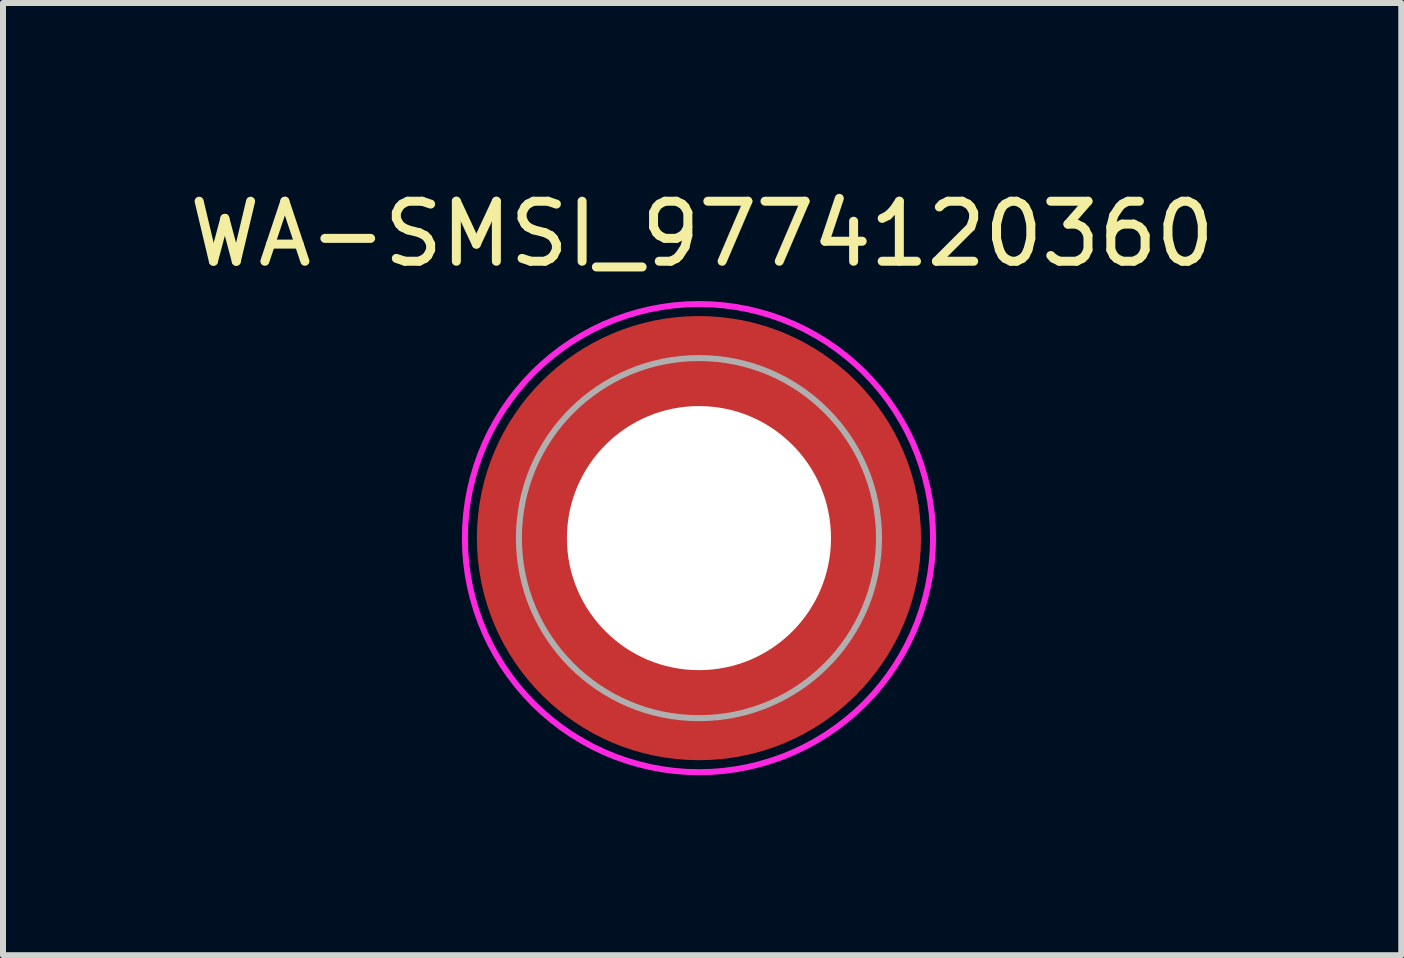
<source format=kicad_pcb>
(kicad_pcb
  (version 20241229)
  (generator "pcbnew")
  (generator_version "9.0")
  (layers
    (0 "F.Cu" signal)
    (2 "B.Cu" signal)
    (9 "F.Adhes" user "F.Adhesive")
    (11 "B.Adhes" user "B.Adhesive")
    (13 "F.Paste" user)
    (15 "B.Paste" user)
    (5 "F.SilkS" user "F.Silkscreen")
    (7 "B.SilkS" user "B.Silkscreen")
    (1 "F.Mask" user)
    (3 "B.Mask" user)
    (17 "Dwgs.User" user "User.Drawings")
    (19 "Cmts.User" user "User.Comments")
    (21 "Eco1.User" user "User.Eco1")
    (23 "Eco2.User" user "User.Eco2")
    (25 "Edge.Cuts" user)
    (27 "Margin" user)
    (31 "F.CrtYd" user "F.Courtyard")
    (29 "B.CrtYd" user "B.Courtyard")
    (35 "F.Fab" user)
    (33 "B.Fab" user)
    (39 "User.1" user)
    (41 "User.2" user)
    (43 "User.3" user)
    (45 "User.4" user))
  (footprint "WA-SMSI_9774120360"
    (layer "F.Cu")
    (at 8.596 5.916)
    (property "Reference" "WA-SMSI_9774120360" (at 0.053 -5.068 0) (layer "F.SilkS") (effects (font (size 1 1) (thickness 0.15))))
    (attr smd)
    (fp_poly (pts (xy -3.615 0.4) (xy -2.205 0.4) (xy -2.19 0.475) (xy -2.165 0.58) (xy -2.13 0.7) (xy -2.1 0.78) (xy -2.07 0.86) (xy -2.025 0.96) (xy -1.975 1.06) (xy -1.92 1.155) (xy -1.86 1.25) (xy -1.815 1.315) (xy -1.75 1.4) (xy -1.695 1.465) (xy -1.605 1.565) (xy -1.52 1.645) (xy -1.465 1.695) (xy -1.405 1.745) (xy -1.32 1.81) (xy -1.235 1.87) (xy -1.13 1.935) (xy -1.05 1.98) (xy -0.95 2.03) (xy -0.81 2.09) (xy -0.695 2.13) (xy -0.58 2.165) (xy -0.475 2.19) (xy -0.4 2.205) (xy -0.4 3.615) (xy -0.43 3.61) (xy -0.505 3.6) (xy -0.605 3.585) (xy -0.715 3.565) (xy -0.83 3.54) (xy -0.93 3.515) (xy -1.04 3.485) (xy -1.135 3.455) (xy -1.205 3.43) (xy -1.3 3.395) (xy -1.365 3.37) (xy -1.46 3.33) (xy -1.55 3.29) (xy -1.65 3.24) (xy -1.77 3.175) (xy -1.885 3.11) (xy -1.985 3.045) (xy -2.075 2.985) (xy -2.165 2.92) (xy -2.23 2.87) (xy -2.295 2.82) (xy -2.365 2.76) (xy -2.44 2.695) (xy -2.515 2.625) (xy -2.6 2.54) (xy -2.645 2.495) (xy -2.69 2.445) (xy -2.76 2.365) (xy -2.82 2.295) (xy -2.875 2.225) (xy -2.935 2.145) (xy -2.995 2.06) (xy -3.085 1.925) (xy -3.18 1.765) (xy -3.27 1.59) (xy -3.34 1.44) (xy -3.4 1.29) (xy -3.455 1.135) (xy -3.505 0.97) (xy -3.55 0.795) (xy -3.575 0.665) (xy -3.6 0.52)) (stroke (width 0.01) (type solid)) (fill yes) (layer "F.Paste"))
    (fp_poly (pts (xy -0.4 -3.615) (xy -0.4 -2.205) (xy -0.475 -2.19) (xy -0.58 -2.165) (xy -0.7 -2.13) (xy -0.78 -2.1) (xy -0.86 -2.07) (xy -0.96 -2.025) (xy -1.06 -1.975) (xy -1.155 -1.92) (xy -1.25 -1.86) (xy -1.315 -1.815) (xy -1.4 -1.75) (xy -1.465 -1.695) (xy -1.565 -1.605) (xy -1.645 -1.52) (xy -1.695 -1.465) (xy -1.745 -1.405) (xy -1.81 -1.32) (xy -1.87 -1.235) (xy -1.935 -1.13) (xy -1.98 -1.05) (xy -2.03 -0.95) (xy -2.09 -0.81) (xy -2.13 -0.695) (xy -2.165 -0.58) (xy -2.19 -0.475) (xy -2.205 -0.4) (xy -3.615 -0.4) (xy -3.61 -0.43) (xy -3.6 -0.505) (xy -3.585 -0.605) (xy -3.565 -0.715) (xy -3.54 -0.83) (xy -3.515 -0.93) (xy -3.485 -1.04) (xy -3.455 -1.135) (xy -3.43 -1.205) (xy -3.395 -1.3) (xy -3.37 -1.365) (xy -3.33 -1.46) (xy -3.29 -1.55) (xy -3.24 -1.65) (xy -3.175 -1.77) (xy -3.11 -1.885) (xy -3.045 -1.985) (xy -2.985 -2.075) (xy -2.92 -2.165) (xy -2.87 -2.23) (xy -2.82 -2.295) (xy -2.76 -2.365) (xy -2.695 -2.44) (xy -2.625 -2.515) (xy -2.54 -2.6) (xy -2.495 -2.645) (xy -2.445 -2.69) (xy -2.365 -2.76) (xy -2.295 -2.82) (xy -2.225 -2.875) (xy -2.145 -2.935) (xy -2.06 -2.995) (xy -1.925 -3.085) (xy -1.765 -3.18) (xy -1.59 -3.27) (xy -1.44 -3.34) (xy -1.29 -3.4) (xy -1.135 -3.455) (xy -0.97 -3.505) (xy -0.795 -3.55) (xy -0.665 -3.575) (xy -0.52 -3.6)) (stroke (width 0.01) (type solid)) (fill yes) (layer "F.Paste"))
    (fp_poly (pts (xy 0.4 3.615) (xy 0.4 2.205) (xy 0.475 2.19) (xy 0.58 2.165) (xy 0.7 2.13) (xy 0.78 2.1) (xy 0.86 2.07) (xy 0.96 2.025) (xy 1.06 1.975) (xy 1.155 1.92) (xy 1.25 1.86) (xy 1.315 1.815) (xy 1.4 1.75) (xy 1.465 1.695) (xy 1.565 1.605) (xy 1.645 1.52) (xy 1.695 1.465) (xy 1.745 1.405) (xy 1.81 1.32) (xy 1.87 1.235) (xy 1.935 1.13) (xy 1.98 1.05) (xy 2.03 0.95) (xy 2.09 0.81) (xy 2.13 0.695) (xy 2.165 0.58) (xy 2.19 0.475) (xy 2.205 0.4) (xy 3.615 0.4) (xy 3.61 0.43) (xy 3.6 0.505) (xy 3.585 0.605) (xy 3.565 0.715) (xy 3.54 0.83) (xy 3.515 0.93) (xy 3.485 1.04) (xy 3.455 1.135) (xy 3.43 1.205) (xy 3.395 1.3) (xy 3.37 1.365) (xy 3.33 1.46) (xy 3.29 1.55) (xy 3.24 1.65) (xy 3.175 1.77) (xy 3.11 1.885) (xy 3.045 1.985) (xy 2.985 2.075) (xy 2.92 2.165) (xy 2.87 2.23) (xy 2.82 2.295) (xy 2.76 2.365) (xy 2.695 2.44) (xy 2.625 2.515) (xy 2.54 2.6) (xy 2.495 2.645) (xy 2.445 2.69) (xy 2.365 2.76) (xy 2.295 2.82) (xy 2.225 2.875) (xy 2.145 2.935) (xy 2.06 2.995) (xy 1.925 3.085) (xy 1.765 3.18) (xy 1.59 3.27) (xy 1.44 3.34) (xy 1.29 3.4) (xy 1.135 3.455) (xy 0.97 3.505) (xy 0.795 3.55) (xy 0.665 3.575) (xy 0.52 3.6)) (stroke (width 0.01) (type solid)) (fill yes) (layer "F.Paste"))
    (fp_poly (pts (xy 3.615 -0.4) (xy 2.205 -0.4) (xy 2.19 -0.475) (xy 2.165 -0.58) (xy 2.13 -0.7) (xy 2.1 -0.78) (xy 2.07 -0.86) (xy 2.025 -0.96) (xy 1.975 -1.06) (xy 1.92 -1.155) (xy 1.86 -1.25) (xy 1.815 -1.315) (xy 1.75 -1.4) (xy 1.695 -1.465) (xy 1.605 -1.565) (xy 1.52 -1.645) (xy 1.465 -1.695) (xy 1.405 -1.745) (xy 1.32 -1.81) (xy 1.235 -1.87) (xy 1.13 -1.935) (xy 1.05 -1.98) (xy 0.95 -2.03) (xy 0.81 -2.09) (xy 0.695 -2.13) (xy 0.58 -2.165) (xy 0.475 -2.19) (xy 0.4 -2.205) (xy 0.4 -3.615) (xy 0.43 -3.61) (xy 0.505 -3.6) (xy 0.605 -3.585) (xy 0.715 -3.565) (xy 0.83 -3.54) (xy 0.93 -3.515) (xy 1.04 -3.485) (xy 1.135 -3.455) (xy 1.205 -3.43) (xy 1.3 -3.395) (xy 1.365 -3.37) (xy 1.46 -3.33) (xy 1.55 -3.29) (xy 1.65 -3.24) (xy 1.77 -3.175) (xy 1.885 -3.11) (xy 1.985 -3.045) (xy 2.075 -2.985) (xy 2.165 -2.92) (xy 2.23 -2.87) (xy 2.295 -2.82) (xy 2.365 -2.76) (xy 2.44 -2.695) (xy 2.515 -2.625) (xy 2.6 -2.54) (xy 2.645 -2.495) (xy 2.69 -2.445) (xy 2.76 -2.365) (xy 2.82 -2.295) (xy 2.875 -2.225) (xy 2.935 -2.145) (xy 2.995 -2.06) (xy 3.085 -1.925) (xy 3.18 -1.765) (xy 3.27 -1.59) (xy 3.34 -1.44) (xy 3.4 -1.29) (xy 3.455 -1.135) (xy 3.505 -0.97) (xy 3.55 -0.795) (xy 3.575 -0.665) (xy 3.6 -0.52)) (stroke (width 0.01) (type solid)) (fill yes) (layer "F.Paste"))
    (fp_poly (pts (xy 0 -3.9) (xy 0.204 -3.895) (xy 0.408 -3.879) (xy 0.61 -3.852) (xy 0.811 -3.815) (xy 1.009 -3.767) (xy 1.205 -3.709) (xy 1.398 -3.641) (xy 1.586 -3.563) (xy 1.771 -3.475) (xy 1.95 -3.377) (xy 2.124 -3.271) (xy 2.292 -3.155) (xy 2.454 -3.031) (xy 2.61 -2.898) (xy 2.758 -2.758) (xy 2.898 -2.61) (xy 3.031 -2.454) (xy 3.155 -2.292) (xy 3.271 -2.124) (xy 3.377 -1.95) (xy 3.475 -1.771) (xy 3.563 -1.586) (xy 3.641 -1.398) (xy 3.709 -1.205) (xy 3.767 -1.009) (xy 3.815 -0.811) (xy 3.852 -0.61) (xy 3.879 -0.408) (xy 3.895 -0.204) (xy 3.9 0) (xy 3.895 0.204) (xy 3.879 0.408) (xy 3.852 0.61) (xy 3.815 0.811) (xy 3.767 1.009) (xy 3.709 1.205) (xy 3.641 1.398) (xy 3.563 1.586) (xy 3.475 1.771) (xy 3.377 1.95) (xy 3.271 2.124) (xy 3.155 2.292) (xy 3.031 2.454) (xy 2.898 2.61) (xy 2.758 2.758) (xy 2.61 2.898) (xy 2.454 3.031) (xy 2.292 3.155) (xy 2.124 3.271) (xy 1.95 3.377) (xy 1.771 3.475) (xy 1.586 3.563) (xy 1.398 3.641) (xy 1.205 3.709) (xy 1.009 3.767) (xy 0.811 3.815) (xy 0.61 3.852) (xy 0.408 3.879) (xy 0.204 3.895) (xy 0 3.9) (xy -0.204 3.895) (xy -0.408 3.879) (xy -0.61 3.852) (xy -0.811 3.815) (xy -1.009 3.767) (xy -1.205 3.709) (xy -1.398 3.641) (xy -1.586 3.563) (xy -1.771 3.475) (xy -1.95 3.377) (xy -2.124 3.271) (xy -2.292 3.155) (xy -2.454 3.031) (xy -2.61 2.898) (xy -2.758 2.758) (xy -2.898 2.61) (xy -3.031 2.454) (xy -3.155 2.292) (xy -3.271 2.124) (xy -3.377 1.95) (xy -3.475 1.771) (xy -3.563 1.586) (xy -3.641 1.398) (xy -3.709 1.205) (xy -3.767 1.009) (xy -3.815 0.811) (xy -3.852 0.61) (xy -3.879 0.408) (xy -3.895 0.204) (xy -3.9 0) (xy -3.895 -0.204) (xy -3.879 -0.408) (xy -3.852 -0.61) (xy -3.815 -0.811) (xy -3.767 -1.009) (xy -3.709 -1.205) (xy -3.641 -1.398) (xy -3.563 -1.586) (xy -3.475 -1.771) (xy -3.377 -1.95) (xy -3.271 -2.124) (xy -3.155 -2.292) (xy -3.031 -2.454) (xy -2.898 -2.61) (xy -2.758 -2.758) (xy -2.61 -2.898) (xy -2.454 -3.031) (xy -2.292 -3.155) (xy -2.124 -3.271) (xy -1.95 -3.377) (xy -1.771 -3.475) (xy -1.586 -3.563) (xy -1.398 -3.641) (xy -1.205 -3.709) (xy -1.009 -3.767) (xy -0.811 -3.815) (xy -0.61 -3.852) (xy -0.408 -3.879) (xy -0.204 -3.895) (xy 0 -3.9)) (stroke (width 0.1) (type solid)) (fill no) (layer "F.CrtYd"))
    (fp_circle (center 0 0) (end 3 0) (stroke (width 0.1) (type solid)) (fill no) (layer "F.Fab"))
    (pad "" np_thru_hole circle (at 0 0) (size 4.4 4.4) (drill 4.4) (layers "*.Cu" "*.Mask"))
    (pad "1" smd circle (at 0 0) (size 7.4 7.4) (layers "F.Cu" "F.Mask")))
  (gr_rect
    (start -3 -3)
    (end 20.298 12.866)
    (stroke (width 0.1) (type default))
    (fill no)
    (layer "Edge.Cuts")))
</source>
